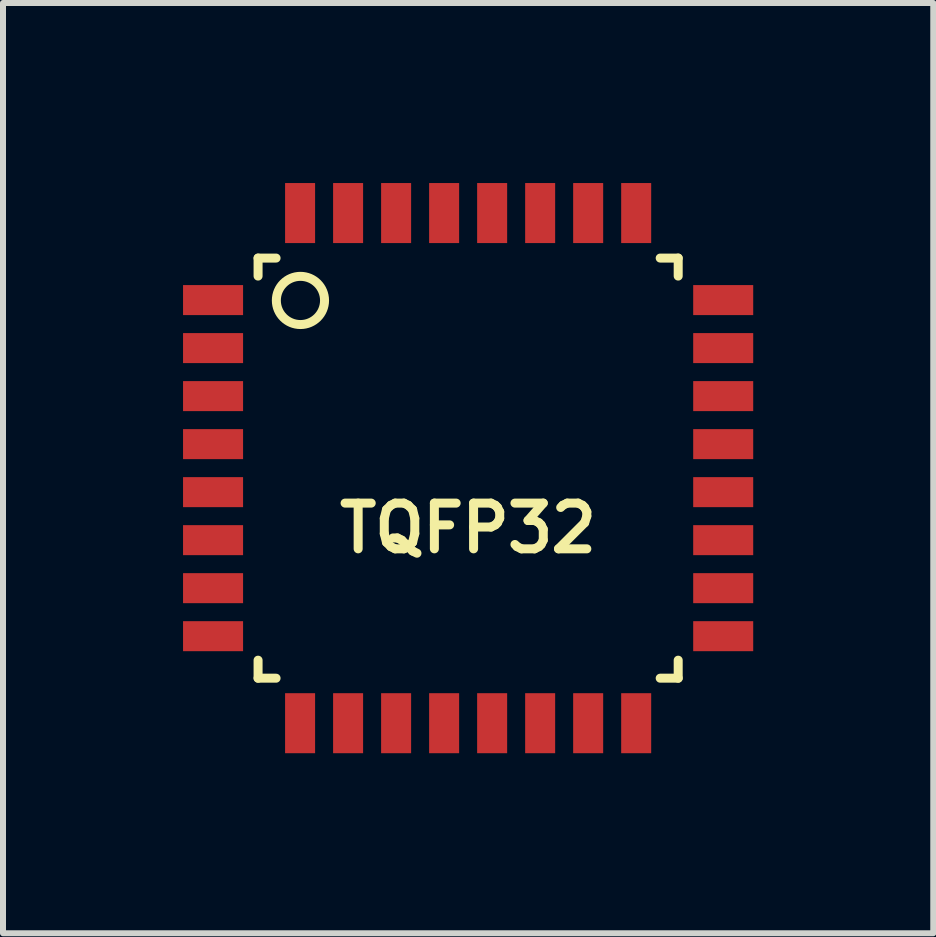
<source format=kicad_pcb>
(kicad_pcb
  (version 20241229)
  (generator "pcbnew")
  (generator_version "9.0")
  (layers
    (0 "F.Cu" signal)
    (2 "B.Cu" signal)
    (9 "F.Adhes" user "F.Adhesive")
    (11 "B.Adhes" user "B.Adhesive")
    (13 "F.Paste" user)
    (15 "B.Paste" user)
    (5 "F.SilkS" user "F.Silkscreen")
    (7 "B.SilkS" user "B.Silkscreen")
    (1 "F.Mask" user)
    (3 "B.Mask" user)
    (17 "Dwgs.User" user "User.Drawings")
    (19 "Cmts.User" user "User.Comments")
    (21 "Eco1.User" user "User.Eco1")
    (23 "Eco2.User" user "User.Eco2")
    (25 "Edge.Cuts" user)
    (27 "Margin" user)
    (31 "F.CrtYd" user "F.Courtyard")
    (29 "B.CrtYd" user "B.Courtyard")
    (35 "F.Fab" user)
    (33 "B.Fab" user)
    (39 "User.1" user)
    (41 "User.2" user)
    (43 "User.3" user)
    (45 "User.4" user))
  (footprint "TQFP32"
    (layer "F.Cu")
    (at 4.75 4.75)
    (property "Reference" "TQFP32" (at 0 1 0) (layer "F.SilkS") (effects (font (size 0.762 0.762) (thickness 0.15))))
    (attr through_hole)
    (fp_line (start -3.5 -3.5) (end -3.5 -3.2) (stroke (width 0.15) (type solid)) (layer "F.SilkS"))
    (fp_line (start -3.5 -3.5) (end -3.2 -3.5) (stroke (width 0.15) (type solid)) (layer "F.SilkS"))
    (fp_line (start -3.5 3.5) (end -3.5 3.2) (stroke (width 0.15) (type solid)) (layer "F.SilkS"))
    (fp_line (start -3.5 3.5) (end -3.2 3.5) (stroke (width 0.15) (type solid)) (layer "F.SilkS"))
    (fp_line (start 3.5 -3.5) (end 3.2 -3.5) (stroke (width 0.15) (type solid)) (layer "F.SilkS"))
    (fp_line (start 3.5 -3.5) (end 3.5 -3.2) (stroke (width 0.15) (type solid)) (layer "F.SilkS"))
    (fp_line (start 3.5 3.5) (end 3.2 3.5) (stroke (width 0.15) (type solid)) (layer "F.SilkS"))
    (fp_line (start 3.5 3.5) (end 3.5 3.2) (stroke (width 0.15) (type solid)) (layer "F.SilkS"))
    (fp_circle (center -2.794 -2.794) (end -2.921 -3.175) (stroke (width 0.15) (type solid)) (fill no) (layer "F.SilkS"))
    (pad "1" smd rect (at -4.25 -2.8 90) (size 0.5 1) (layers "F.Cu" "F.Mask" "F.Paste"))
    (pad "2" smd rect (at -4.25 -2 90) (size 0.5 1) (layers "F.Cu" "F.Mask" "F.Paste"))
    (pad "3" smd rect (at -4.25 -1.2 90) (size 0.5 1) (layers "F.Cu" "F.Mask" "F.Paste"))
    (pad "4" smd rect (at -4.25 -0.4 90) (size 0.5 1) (layers "F.Cu" "F.Mask" "F.Paste"))
    (pad "5" smd rect (at -4.25 0.4 90) (size 0.5 1) (layers "F.Cu" "F.Mask" "F.Paste"))
    (pad "6" smd rect (at -4.25 1.2 90) (size 0.5 1) (layers "F.Cu" "F.Mask" "F.Paste"))
    (pad "7" smd rect (at -4.25 2 90) (size 0.5 1) (layers "F.Cu" "F.Mask" "F.Paste"))
    (pad "8" smd rect (at -4.25 2.8 90) (size 0.5 1) (layers "F.Cu" "F.Mask" "F.Paste"))
    (pad "9" smd rect (at -2.8 4.25) (size 0.5 1) (layers "F.Cu" "F.Mask" "F.Paste"))
    (pad "10" smd rect (at -2 4.25) (size 0.5 1) (layers "F.Cu" "F.Mask" "F.Paste"))
    (pad "11" smd rect (at -1.2 4.25) (size 0.5 1) (layers "F.Cu" "F.Mask" "F.Paste"))
    (pad "12" smd rect (at -0.4 4.25) (size 0.5 1) (layers "F.Cu" "F.Mask" "F.Paste"))
    (pad "13" smd rect (at 0.4 4.25) (size 0.5 1) (layers "F.Cu" "F.Mask" "F.Paste"))
    (pad "14" smd rect (at 1.2 4.25) (size 0.5 1) (layers "F.Cu" "F.Mask" "F.Paste"))
    (pad "15" smd rect (at 2 4.25) (size 0.5 1) (layers "F.Cu" "F.Mask" "F.Paste"))
    (pad "16" smd rect (at 2.8 4.25) (size 0.5 1) (layers "F.Cu" "F.Mask" "F.Paste"))
    (pad "17" smd rect (at 4.25 2.8 270) (size 0.5 1) (layers "F.Cu" "F.Mask" "F.Paste"))
    (pad "18" smd rect (at 4.25 2 270) (size 0.5 1) (layers "F.Cu" "F.Mask" "F.Paste"))
    (pad "19" smd rect (at 4.25 1.2 270) (size 0.5 1) (layers "F.Cu" "F.Mask" "F.Paste"))
    (pad "20" smd rect (at 4.25 0.4 270) (size 0.5 1) (layers "F.Cu" "F.Mask" "F.Paste"))
    (pad "21" smd rect (at 4.25 -0.4 270) (size 0.5 1) (layers "F.Cu" "F.Mask" "F.Paste"))
    (pad "22" smd rect (at 4.25 -1.2 270) (size 0.5 1) (layers "F.Cu" "F.Mask" "F.Paste"))
    (pad "23" smd rect (at 4.25 -2 270) (size 0.5 1) (layers "F.Cu" "F.Mask" "F.Paste"))
    (pad "24" smd rect (at 4.25 -2.8 270) (size 0.5 1) (layers "F.Cu" "F.Mask" "F.Paste"))
    (pad "25" smd rect (at 2.8 -4.25 180) (size 0.5 1) (layers "F.Cu" "F.Mask" "F.Paste"))
    (pad "26" smd rect (at 2 -4.25 180) (size 0.5 1) (layers "F.Cu" "F.Mask" "F.Paste"))
    (pad "27" smd rect (at 1.2 -4.25 180) (size 0.5 1) (layers "F.Cu" "F.Mask" "F.Paste"))
    (pad "28" smd rect (at 0.4 -4.25 180) (size 0.5 1) (layers "F.Cu" "F.Mask" "F.Paste"))
    (pad "29" smd rect (at -0.4 -4.25 180) (size 0.5 1) (layers "F.Cu" "F.Mask" "F.Paste"))
    (pad "30" smd rect (at -1.2 -4.25 180) (size 0.5 1) (layers "F.Cu" "F.Mask" "F.Paste"))
    (pad "31" smd rect (at -2 -4.25 180) (size 0.5 1) (layers "F.Cu" "F.Mask" "F.Paste"))
    (pad "32" smd rect (at -2.8 -4.25 180) (size 0.5 1) (layers "F.Cu" "F.Mask" "F.Paste")))
  (gr_rect
    (start -3 -3)
    (end 12.5 12.5)
    (stroke (width 0.1) (type default))
    (fill no)
    (layer "Edge.Cuts")))
</source>
